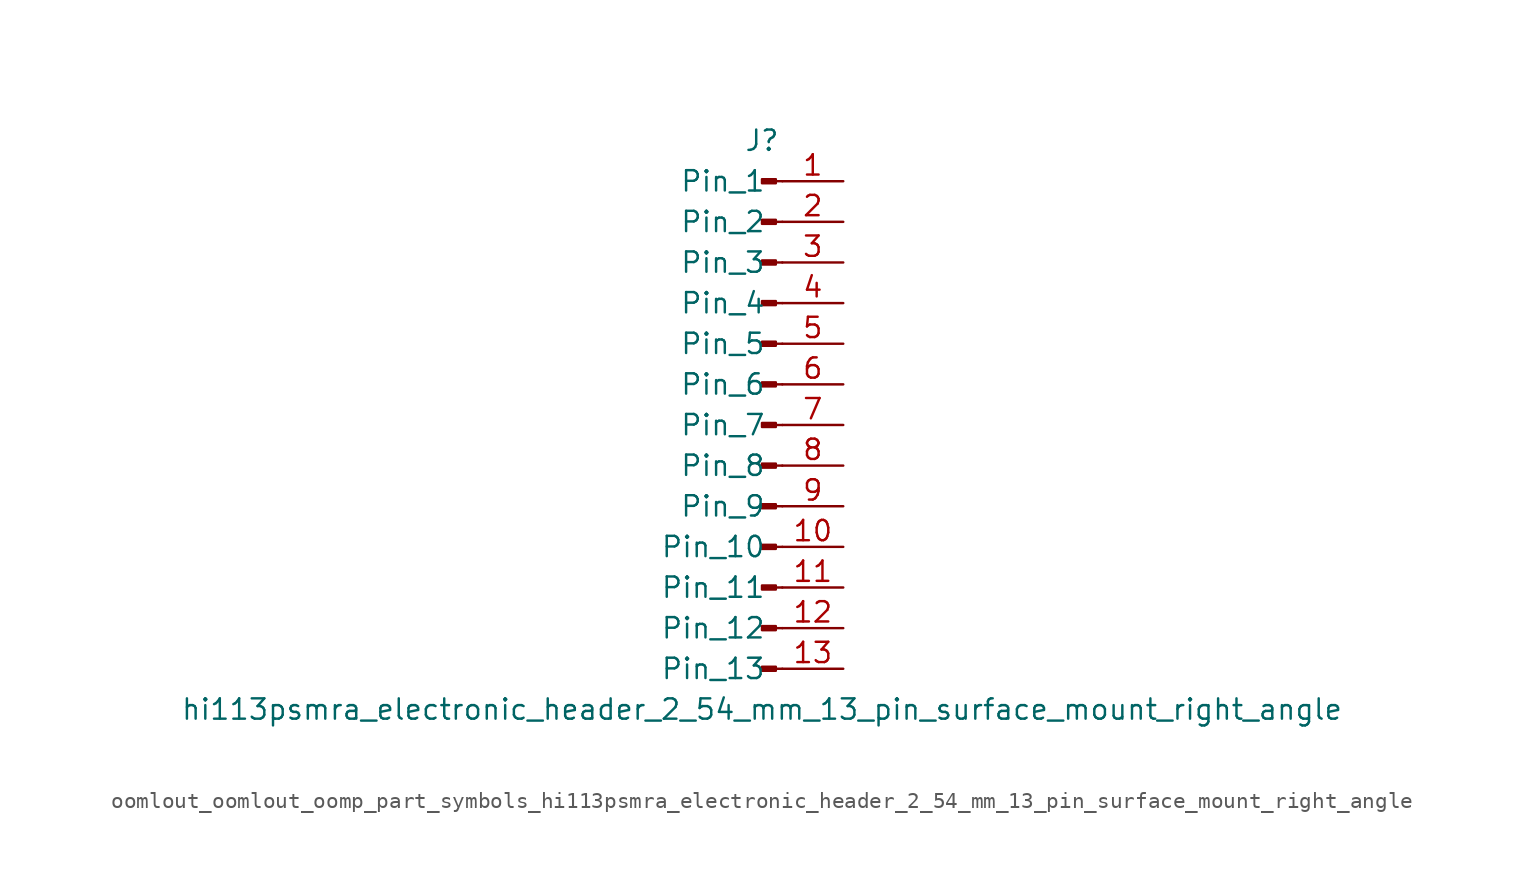
<source format=kicad_sym>
(kicad_symbol_lib
  (version 20220914)
  (generator kicad_symbol_editor)
  (symbol "oomlout_oomlout_oomp_part_symbols_hi113psmra_electronic_header_2_54_mm_13_pin_surface_mount_right_angle"
    (pin_names
      (offset 1.016))
    (property "Reference" "J"
      (at 0 17.78 0)
      (effects (font (size 1.27 1.27))))
    (property "Value" "hi113psmra_electronic_header_2_54_mm_13_pin_surface_mount_right_angle"
      (at 0 -17.78 0)
      (effects (font (size 1.27 1.27))))
    (property "ki_locked" ""
      (at 0 0 0)
      (effects (font (size 1.27 1.27))))
    (symbol "oomlout_oomlout_oomp_part_symbols_hi113psmra_electronic_header_2_54_mm_13_pin_surface_mount_right_angle_1_1"
      (polyline (pts (xy 1.27 -15.24) (xy 0.864 -15.24)) (stroke (width 0.152) (type default)) (fill (type none)))
      (polyline (pts (xy 1.27 -12.7) (xy 0.864 -12.7)) (stroke (width 0.152) (type default)) (fill (type none)))
      (polyline (pts (xy 1.27 -10.16) (xy 0.864 -10.16)) (stroke (width 0.152) (type default)) (fill (type none)))
      (polyline (pts (xy 1.27 -7.62) (xy 0.864 -7.62)) (stroke (width 0.152) (type default)) (fill (type none)))
      (polyline (pts (xy 1.27 -5.08) (xy 0.864 -5.08)) (stroke (width 0.152) (type default)) (fill (type none)))
      (polyline (pts (xy 1.27 -2.54) (xy 0.864 -2.54)) (stroke (width 0.152) (type default)) (fill (type none)))
      (polyline (pts (xy 1.27 0) (xy 0.864 0)) (stroke (width 0.152) (type default)) (fill (type none)))
      (polyline (pts (xy 1.27 2.54) (xy 0.864 2.54)) (stroke (width 0.152) (type default)) (fill (type none)))
      (polyline (pts (xy 1.27 5.08) (xy 0.864 5.08)) (stroke (width 0.152) (type default)) (fill (type none)))
      (polyline (pts (xy 1.27 7.62) (xy 0.864 7.62)) (stroke (width 0.152) (type default)) (fill (type none)))
      (polyline (pts (xy 1.27 10.16) (xy 0.864 10.16)) (stroke (width 0.152) (type default)) (fill (type none)))
      (polyline (pts (xy 1.27 12.7) (xy 0.864 12.7)) (stroke (width 0.152) (type default)) (fill (type none)))
      (polyline (pts (xy 1.27 15.24) (xy 0.864 15.24)) (stroke (width 0.152) (type default)) (fill (type none)))
      (rectangle (start 0.864 -15.113) (end 0 -15.367) (stroke (width 0.152) (type default)) (fill (type outline)))
      (rectangle (start 0.864 -12.573) (end 0 -12.827) (stroke (width 0.152) (type default)) (fill (type outline)))
      (rectangle (start 0.864 -10.033) (end 0 -10.287) (stroke (width 0.152) (type default)) (fill (type outline)))
      (rectangle (start 0.864 -7.493) (end 0 -7.747) (stroke (width 0.152) (type default)) (fill (type outline)))
      (rectangle (start 0.864 -4.953) (end 0 -5.207) (stroke (width 0.152) (type default)) (fill (type outline)))
      (rectangle (start 0.864 -2.413) (end 0 -2.667) (stroke (width 0.152) (type default)) (fill (type outline)))
      (rectangle (start 0.864 0.127) (end 0 -0.127) (stroke (width 0.152) (type default)) (fill (type outline)))
      (rectangle (start 0.864 2.667) (end 0 2.413) (stroke (width 0.152) (type default)) (fill (type outline)))
      (rectangle (start 0.864 5.207) (end 0 4.953) (stroke (width 0.152) (type default)) (fill (type outline)))
      (rectangle (start 0.864 7.747) (end 0 7.493) (stroke (width 0.152) (type default)) (fill (type outline)))
      (rectangle (start 0.864 10.287) (end 0 10.033) (stroke (width 0.152) (type default)) (fill (type outline)))
      (rectangle (start 0.864 12.827) (end 0 12.573) (stroke (width 0.152) (type default)) (fill (type outline)))
      (rectangle (start 0.864 15.367) (end 0 15.113) (stroke (width 0.152) (type default)) (fill (type outline)))
      (pin passive line (at 5.08 15.24 180) (length 3.81) (name "Pin_1" (effects (font (size 1.27 1.27)))) (number "1" (effects (font (size 1.27 1.27)))))
      (pin passive line (at 5.08 -7.62 180) (length 3.81) (name "Pin_10" (effects (font (size 1.27 1.27)))) (number "10" (effects (font (size 1.27 1.27)))))
      (pin passive line (at 5.08 -10.16 180) (length 3.81) (name "Pin_11" (effects (font (size 1.27 1.27)))) (number "11" (effects (font (size 1.27 1.27)))))
      (pin passive line (at 5.08 -12.7 180) (length 3.81) (name "Pin_12" (effects (font (size 1.27 1.27)))) (number "12" (effects (font (size 1.27 1.27)))))
      (pin passive line (at 5.08 -15.24 180) (length 3.81) (name "Pin_13" (effects (font (size 1.27 1.27)))) (number "13" (effects (font (size 1.27 1.27)))))
      (pin passive line (at 5.08 12.7 180) (length 3.81) (name "Pin_2" (effects (font (size 1.27 1.27)))) (number "2" (effects (font (size 1.27 1.27)))))
      (pin passive line (at 5.08 10.16 180) (length 3.81) (name "Pin_3" (effects (font (size 1.27 1.27)))) (number "3" (effects (font (size 1.27 1.27)))))
      (pin passive line (at 5.08 7.62 180) (length 3.81) (name "Pin_4" (effects (font (size 1.27 1.27)))) (number "4" (effects (font (size 1.27 1.27)))))
      (pin passive line (at 5.08 5.08 180) (length 3.81) (name "Pin_5" (effects (font (size 1.27 1.27)))) (number "5" (effects (font (size 1.27 1.27)))))
      (pin passive line (at 5.08 2.54 180) (length 3.81) (name "Pin_6" (effects (font (size 1.27 1.27)))) (number "6" (effects (font (size 1.27 1.27)))))
      (pin passive line (at 5.08 0 180) (length 3.81) (name "Pin_7" (effects (font (size 1.27 1.27)))) (number "7" (effects (font (size 1.27 1.27)))))
      (pin passive line (at 5.08 -2.54 180) (length 3.81) (name "Pin_8" (effects (font (size 1.27 1.27)))) (number "8" (effects (font (size 1.27 1.27)))))
      (pin passive line (at 5.08 -5.08 180) (length 3.81) (name "Pin_9" (effects (font (size 1.27 1.27)))) (number "9" (effects (font (size 1.27 1.27))))))))
</source>
